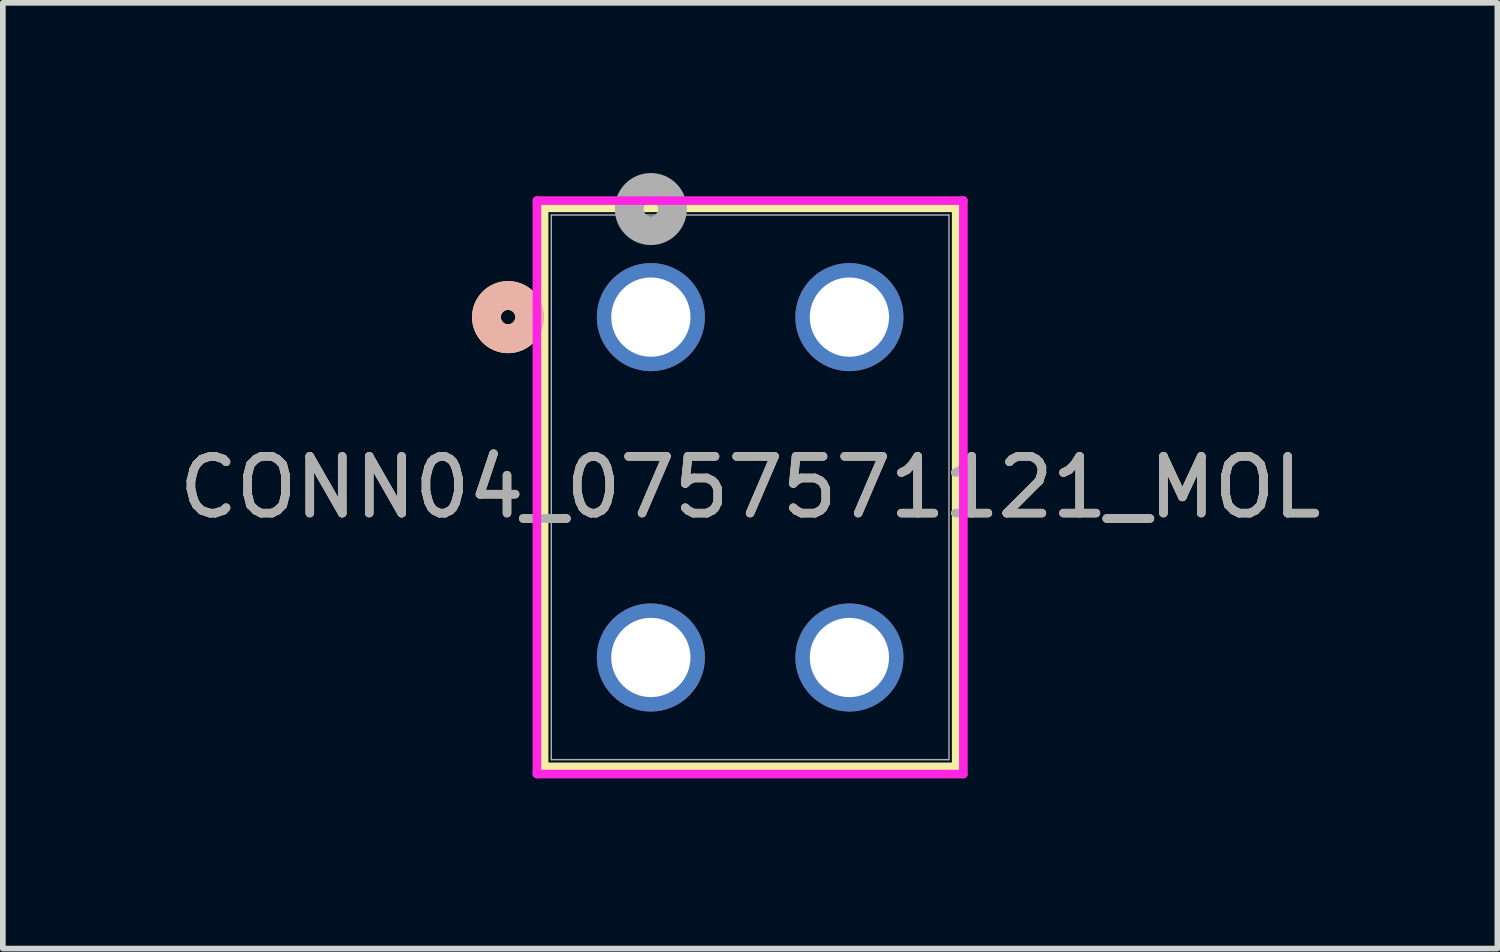
<source format=kicad_pcb>
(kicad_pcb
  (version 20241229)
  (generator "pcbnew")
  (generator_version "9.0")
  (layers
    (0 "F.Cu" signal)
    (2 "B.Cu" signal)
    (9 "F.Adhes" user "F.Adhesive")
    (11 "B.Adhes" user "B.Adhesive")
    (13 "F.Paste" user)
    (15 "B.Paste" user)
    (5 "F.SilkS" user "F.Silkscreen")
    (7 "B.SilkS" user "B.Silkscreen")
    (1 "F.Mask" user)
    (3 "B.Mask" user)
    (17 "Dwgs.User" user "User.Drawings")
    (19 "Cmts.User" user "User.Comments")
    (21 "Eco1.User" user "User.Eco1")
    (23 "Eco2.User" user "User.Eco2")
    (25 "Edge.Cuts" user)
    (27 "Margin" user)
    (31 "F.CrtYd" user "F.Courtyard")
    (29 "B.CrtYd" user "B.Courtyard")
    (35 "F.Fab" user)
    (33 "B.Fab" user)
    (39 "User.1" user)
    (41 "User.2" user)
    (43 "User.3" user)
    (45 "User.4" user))
  (footprint "CONN04_0757571121_MOL"
    (layer "F.Cu")
    (at 8.423 2.54)
    (property "Reference" "CONN04_0757571121_MOL" (at 1.75 3 0) (unlocked yes) (layer "F.SilkS") (effects (font (size 1 1) (thickness 0.15))))
    (attr through_hole)
    (fp_line (start -1.882 -1.927) (end -1.882 7.928) (stroke (width 0.152) (type solid)) (layer "F.SilkS"))
    (fp_line (start -1.882 7.928) (end 5.382 7.928) (stroke (width 0.152) (type solid)) (layer "F.SilkS"))
    (fp_line (start 5.382 -1.927) (end -1.882 -1.927) (stroke (width 0.152) (type solid)) (layer "F.SilkS"))
    (fp_line (start 5.382 7.928) (end 5.382 -1.927) (stroke (width 0.152) (type solid)) (layer "F.SilkS"))
    (fp_circle (center -2.517 0) (end -2.136 0) (stroke (width 0.508) (type solid)) (fill no) (layer "F.SilkS"))
    (fp_circle (center -2.517 0) (end -2.136 0) (stroke (width 0.508) (type solid)) (fill no) (layer "B.SilkS"))
    (fp_line (start -2.009 -2.054) (end -2.009 8.055) (stroke (width 0.152) (type solid)) (layer "F.CrtYd"))
    (fp_line (start -2.009 8.055) (end 5.509 8.055) (stroke (width 0.152) (type solid)) (layer "F.CrtYd"))
    (fp_line (start 5.509 -2.054) (end -2.009 -2.054) (stroke (width 0.152) (type solid)) (layer "F.CrtYd"))
    (fp_line (start 5.509 8.055) (end 5.509 -2.054) (stroke (width 0.152) (type solid)) (layer "F.CrtYd"))
    (fp_line (start -1.755 -1.8) (end -1.755 7.801) (stroke (width 0.025) (type solid)) (layer "F.Fab"))
    (fp_line (start -1.755 7.801) (end 5.255 7.801) (stroke (width 0.025) (type solid)) (layer "F.Fab"))
    (fp_line (start 5.255 -1.8) (end -1.755 -1.8) (stroke (width 0.025) (type solid)) (layer "F.Fab"))
    (fp_line (start 5.255 7.801) (end 5.255 -1.8) (stroke (width 0.025) (type solid)) (layer "F.Fab"))
    (fp_circle (center 0 -1.905) (end 0.381 -1.905) (stroke (width 0.508) (type solid)) (fill no) (layer "F.Fab"))
    (fp_text user "${REFERENCE}" (at 1.75 3 0) (unlocked yes) (layer "F.Fab") (effects (font (size 1 1) (thickness 0.15))))
    (pad "1" thru_hole circle (at 0 0) (size 1.905 1.905) (drill 1.397) (layers "*.Cu" "*.Mask"))
    (pad "2" thru_hole circle (at 0 6) (size 1.905 1.905) (drill 1.397) (layers "*.Cu" "*.Mask"))
    (pad "3" thru_hole circle (at 3.5 0) (size 1.905 1.905) (drill 1.397) (layers "*.Cu" "*.Mask"))
    (pad "4" thru_hole circle (at 3.5 6) (size 1.905 1.905) (drill 1.397) (layers "*.Cu" "*.Mask")))
  (gr_rect
    (start -3 -3)
    (end 23.345 13.671)
    (stroke (width 0.1) (type default))
    (fill no)
    (layer "Edge.Cuts")))
</source>
